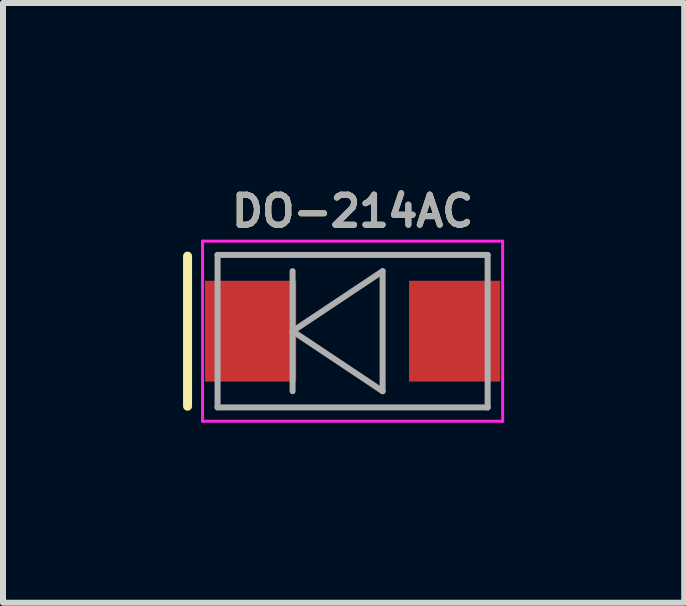
<source format=kicad_pcb>
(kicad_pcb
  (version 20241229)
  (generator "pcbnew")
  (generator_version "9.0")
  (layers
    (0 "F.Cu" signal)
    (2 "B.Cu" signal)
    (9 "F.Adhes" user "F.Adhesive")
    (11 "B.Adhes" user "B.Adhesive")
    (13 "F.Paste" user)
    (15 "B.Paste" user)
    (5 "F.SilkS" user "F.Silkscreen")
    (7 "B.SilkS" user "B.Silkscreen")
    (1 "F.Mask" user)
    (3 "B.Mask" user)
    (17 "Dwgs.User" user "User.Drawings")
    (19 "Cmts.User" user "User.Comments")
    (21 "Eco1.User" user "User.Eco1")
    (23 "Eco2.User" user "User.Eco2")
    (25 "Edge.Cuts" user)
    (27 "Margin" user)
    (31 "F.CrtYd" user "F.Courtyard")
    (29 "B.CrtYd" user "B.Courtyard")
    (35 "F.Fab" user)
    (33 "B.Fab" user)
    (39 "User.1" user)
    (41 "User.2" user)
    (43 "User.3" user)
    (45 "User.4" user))
  (footprint "DO-214AC"
    (layer "F.Cu")
    (at 2.825 2.468)
    (property "Reference" "DO-214AC" (at 0 -2 0) (layer "F.SilkS") (effects (font (size 0.5 0.5) (thickness 0.1))))
    (attr smd)
    (fp_line (start -2.75 -1.25) (end -2.75 1.25) (stroke (width 0.15) (type solid)) (layer "F.SilkS"))
    (fp_line (start -2.5 -1.5) (end 2.5 -1.5) (stroke (width 0.05) (type solid)) (layer "F.CrtYd"))
    (fp_line (start -2.5 1.5) (end -2.5 -1.5) (stroke (width 0.05) (type solid)) (layer "F.CrtYd"))
    (fp_line (start 2.5 -1.5) (end 2.5 1.5) (stroke (width 0.05) (type solid)) (layer "F.CrtYd"))
    (fp_line (start 2.5 1.5) (end -2.5 1.5) (stroke (width 0.05) (type solid)) (layer "F.CrtYd"))
    (fp_line (start -2.25 -1.27) (end 2.25 -1.27) (stroke (width 0.1) (type solid)) (layer "F.Fab"))
    (fp_line (start -2.25 1.27) (end -2.25 -1.27) (stroke (width 0.1) (type solid)) (layer "F.Fab"))
    (fp_line (start -1 -1) (end -1 1) (stroke (width 0.1) (type solid)) (layer "F.Fab"))
    (fp_line (start 0.5 -1) (end -1 0) (stroke (width 0.1) (type solid)) (layer "F.Fab"))
    (fp_line (start 0.5 -1) (end 0.5 1) (stroke (width 0.1) (type solid)) (layer "F.Fab"))
    (fp_line (start 0.5 1) (end -1 0) (stroke (width 0.1) (type solid)) (layer "F.Fab"))
    (fp_line (start 2.25 -1.27) (end 2.25 1.27) (stroke (width 0.1) (type solid)) (layer "F.Fab"))
    (fp_line (start 2.25 1.27) (end -2.25 1.27) (stroke (width 0.1) (type solid)) (layer "F.Fab"))
    (fp_text user "${REFERENCE}" (at 0 -2 0) (layer "F.Fab") (effects (font (size 0.5 0.5) (thickness 0.1))))
    (pad "A" smd rect (at 1.7 0) (size 1.52 1.68) (layers "F.Cu" "F.Mask" "F.Paste"))
    (pad "C" smd rect (at -1.7 0) (size 1.52 1.68) (layers "F.Cu" "F.Mask" "F.Paste")))
  (gr_rect
    (start -3 -3)
    (end 8.35 6.993)
    (stroke (width 0.1) (type default))
    (fill no)
    (layer "Edge.Cuts")))
</source>
